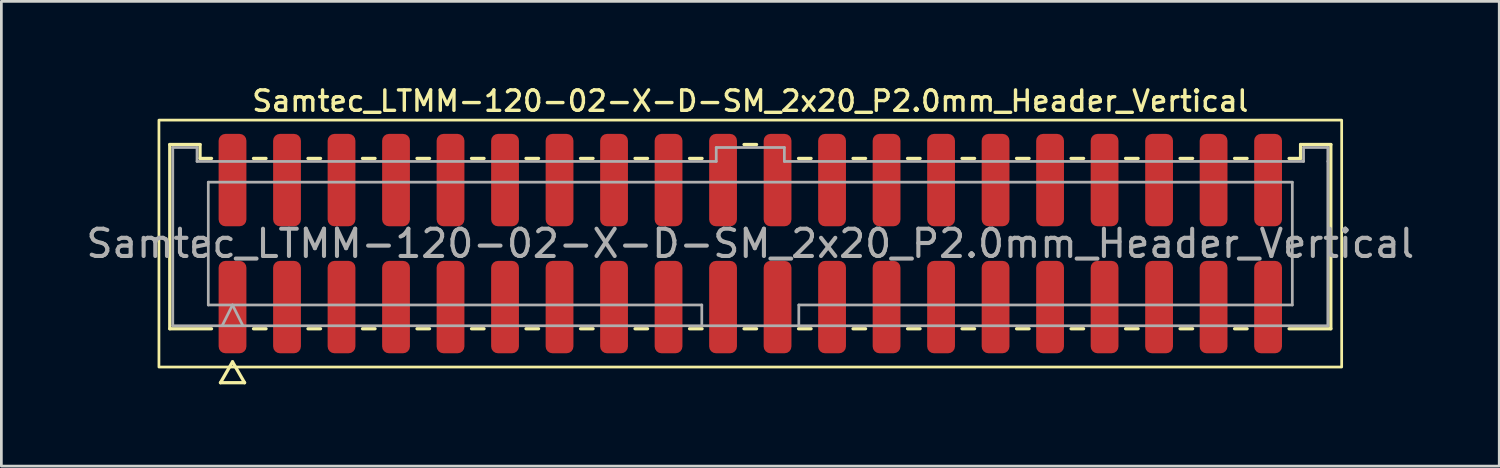
<source format=kicad_pcb>
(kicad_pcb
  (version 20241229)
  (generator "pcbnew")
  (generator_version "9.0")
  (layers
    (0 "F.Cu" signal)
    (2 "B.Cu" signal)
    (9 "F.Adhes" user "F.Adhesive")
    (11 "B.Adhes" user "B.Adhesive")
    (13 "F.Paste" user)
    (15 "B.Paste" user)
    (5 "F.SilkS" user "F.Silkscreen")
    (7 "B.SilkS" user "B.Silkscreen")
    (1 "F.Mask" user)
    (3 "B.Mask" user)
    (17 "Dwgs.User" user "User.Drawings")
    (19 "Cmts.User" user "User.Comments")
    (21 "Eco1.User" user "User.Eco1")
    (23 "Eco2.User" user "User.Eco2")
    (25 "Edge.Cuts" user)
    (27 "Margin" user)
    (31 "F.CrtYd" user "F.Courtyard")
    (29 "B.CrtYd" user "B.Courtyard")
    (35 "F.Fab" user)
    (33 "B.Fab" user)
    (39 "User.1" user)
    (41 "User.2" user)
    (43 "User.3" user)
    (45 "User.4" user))
  (footprint "Samtec_LTMM-120-02-X-D-SM_2x20_P2.0mm_Header_Vertical"
    (layer "F.Cu")
    (at 24.482 5.888)
    (property "Reference" "Samtec_LTMM-120-02-X-D-SM_2x20_P2.0mm_Header_Vertical" (at 0 -5.23 0) (layer "F.SilkS") (effects (font (size 0.75 0.75) (thickness 0.125))))
    (attr smd)
    (fp_line (start -21.302 -3.635) (end -20.192 -3.635) (stroke (width 0.12) (type solid)) (layer "F.SilkS"))
    (fp_line (start -21.302 3.125) (end -21.302 -3.635) (stroke (width 0.12) (type solid)) (layer "F.SilkS"))
    (fp_line (start -20.192 -3.635) (end -20.192 -3.125) (stroke (width 0.12) (type solid)) (layer "F.SilkS"))
    (fp_line (start -20.192 -3.125) (end -19.77 -3.125) (stroke (width 0.12) (type solid)) (layer "F.SilkS"))
    (fp_line (start -19.77 3.125) (end -21.302 3.125) (stroke (width 0.12) (type solid)) (layer "F.SilkS"))
    (fp_line (start -19.442 5.105) (end -19 4.34) (stroke (width 0.12) (type solid)) (layer "F.SilkS"))
    (fp_line (start -19 4.34) (end -18.558 5.105) (stroke (width 0.12) (type solid)) (layer "F.SilkS"))
    (fp_line (start -18.558 5.105) (end -19.442 5.105) (stroke (width 0.12) (type solid)) (layer "F.SilkS"))
    (fp_line (start -18.23 -3.125) (end -17.77 -3.125) (stroke (width 0.12) (type solid)) (layer "F.SilkS"))
    (fp_line (start -17.77 3.125) (end -18.23 3.125) (stroke (width 0.12) (type solid)) (layer "F.SilkS"))
    (fp_line (start -16.23 -3.125) (end -15.77 -3.125) (stroke (width 0.12) (type solid)) (layer "F.SilkS"))
    (fp_line (start -15.77 3.125) (end -16.23 3.125) (stroke (width 0.12) (type solid)) (layer "F.SilkS"))
    (fp_line (start -14.23 -3.125) (end -13.77 -3.125) (stroke (width 0.12) (type solid)) (layer "F.SilkS"))
    (fp_line (start -13.77 3.125) (end -14.23 3.125) (stroke (width 0.12) (type solid)) (layer "F.SilkS"))
    (fp_line (start -12.23 -3.125) (end -11.77 -3.125) (stroke (width 0.12) (type solid)) (layer "F.SilkS"))
    (fp_line (start -11.77 3.125) (end -12.23 3.125) (stroke (width 0.12) (type solid)) (layer "F.SilkS"))
    (fp_line (start -10.23 -3.125) (end -9.77 -3.125) (stroke (width 0.12) (type solid)) (layer "F.SilkS"))
    (fp_line (start -9.77 3.125) (end -10.23 3.125) (stroke (width 0.12) (type solid)) (layer "F.SilkS"))
    (fp_line (start -8.23 -3.125) (end -7.77 -3.125) (stroke (width 0.12) (type solid)) (layer "F.SilkS"))
    (fp_line (start -7.77 3.125) (end -8.23 3.125) (stroke (width 0.12) (type solid)) (layer "F.SilkS"))
    (fp_line (start -6.23 -3.125) (end -5.77 -3.125) (stroke (width 0.12) (type solid)) (layer "F.SilkS"))
    (fp_line (start -5.77 3.125) (end -6.23 3.125) (stroke (width 0.12) (type solid)) (layer "F.SilkS"))
    (fp_line (start -4.23 -3.125) (end -3.77 -3.125) (stroke (width 0.12) (type solid)) (layer "F.SilkS"))
    (fp_line (start -3.77 3.125) (end -4.23 3.125) (stroke (width 0.12) (type solid)) (layer "F.SilkS"))
    (fp_line (start -2.23 -3.125) (end -1.77 -3.125) (stroke (width 0.12) (type solid)) (layer "F.SilkS"))
    (fp_line (start -1.77 3.125) (end -2.23 3.125) (stroke (width 0.12) (type solid)) (layer "F.SilkS"))
    (fp_line (start -0.23 -3.635) (end 0.23 -3.635) (stroke (width 0.12) (type solid)) (layer "F.SilkS"))
    (fp_line (start 0.23 3.125) (end -0.23 3.125) (stroke (width 0.12) (type solid)) (layer "F.SilkS"))
    (fp_line (start 1.77 -3.125) (end 2.23 -3.125) (stroke (width 0.12) (type solid)) (layer "F.SilkS"))
    (fp_line (start 2.23 3.125) (end 1.77 3.125) (stroke (width 0.12) (type solid)) (layer "F.SilkS"))
    (fp_line (start 3.77 -3.125) (end 4.23 -3.125) (stroke (width 0.12) (type solid)) (layer "F.SilkS"))
    (fp_line (start 4.23 3.125) (end 3.77 3.125) (stroke (width 0.12) (type solid)) (layer "F.SilkS"))
    (fp_line (start 5.77 -3.125) (end 6.23 -3.125) (stroke (width 0.12) (type solid)) (layer "F.SilkS"))
    (fp_line (start 6.23 3.125) (end 5.77 3.125) (stroke (width 0.12) (type solid)) (layer "F.SilkS"))
    (fp_line (start 7.77 -3.125) (end 8.23 -3.125) (stroke (width 0.12) (type solid)) (layer "F.SilkS"))
    (fp_line (start 8.23 3.125) (end 7.77 3.125) (stroke (width 0.12) (type solid)) (layer "F.SilkS"))
    (fp_line (start 9.77 -3.125) (end 10.23 -3.125) (stroke (width 0.12) (type solid)) (layer "F.SilkS"))
    (fp_line (start 10.23 3.125) (end 9.77 3.125) (stroke (width 0.12) (type solid)) (layer "F.SilkS"))
    (fp_line (start 11.77 -3.125) (end 12.23 -3.125) (stroke (width 0.12) (type solid)) (layer "F.SilkS"))
    (fp_line (start 12.23 3.125) (end 11.77 3.125) (stroke (width 0.12) (type solid)) (layer "F.SilkS"))
    (fp_line (start 13.77 -3.125) (end 14.23 -3.125) (stroke (width 0.12) (type solid)) (layer "F.SilkS"))
    (fp_line (start 14.23 3.125) (end 13.77 3.125) (stroke (width 0.12) (type solid)) (layer "F.SilkS"))
    (fp_line (start 15.77 -3.125) (end 16.23 -3.125) (stroke (width 0.12) (type solid)) (layer "F.SilkS"))
    (fp_line (start 16.23 3.125) (end 15.77 3.125) (stroke (width 0.12) (type solid)) (layer "F.SilkS"))
    (fp_line (start 17.77 -3.125) (end 18.23 -3.125) (stroke (width 0.12) (type solid)) (layer "F.SilkS"))
    (fp_line (start 18.23 3.125) (end 17.77 3.125) (stroke (width 0.12) (type solid)) (layer "F.SilkS"))
    (fp_line (start 19.77 -3.125) (end 20.192 -3.125) (stroke (width 0.12) (type solid)) (layer "F.SilkS"))
    (fp_line (start 20.192 -3.635) (end 21.302 -3.635) (stroke (width 0.12) (type solid)) (layer "F.SilkS"))
    (fp_line (start 20.192 -3.125) (end 20.192 -3.635) (stroke (width 0.12) (type solid)) (layer "F.SilkS"))
    (fp_line (start 21.302 -3.635) (end 21.302 3.125) (stroke (width 0.12) (type solid)) (layer "F.SilkS"))
    (fp_line (start 21.302 3.125) (end 19.77 3.125) (stroke (width 0.12) (type solid)) (layer "F.SilkS"))
    (fp_rect (start -21.7 -4.53) (end 21.7 4.53) (stroke (width 0.1) (type solid)) (fill no) (layer "F.SilkS"))
    (fp_line (start -21.192 -3.525) (end -20.302 -3.525) (stroke (width 0.1) (type solid)) (layer "F.Fab"))
    (fp_line (start -21.192 3.015) (end -21.192 -3.525) (stroke (width 0.1) (type solid)) (layer "F.Fab"))
    (fp_line (start -20.302 -3.525) (end -20.302 -3.015) (stroke (width 0.1) (type solid)) (layer "F.Fab"))
    (fp_line (start -20.302 -3.015) (end -1.25 -3.015) (stroke (width 0.1) (type solid)) (layer "F.Fab"))
    (fp_line (start -19.889 -2.253) (end 19.889 -2.253) (stroke (width 0.1) (type solid)) (layer "F.Fab"))
    (fp_line (start -19.889 2.253) (end -19.889 -2.253) (stroke (width 0.1) (type solid)) (layer "F.Fab"))
    (fp_line (start -19.381 3.015) (end -19 2.253) (stroke (width 0.1) (type solid)) (layer "F.Fab"))
    (fp_line (start -19 2.253) (end -18.619 3.015) (stroke (width 0.1) (type solid)) (layer "F.Fab"))
    (fp_line (start -1.78 2.253) (end -19.889 2.253) (stroke (width 0.1) (type solid)) (layer "F.Fab"))
    (fp_line (start -1.78 3.015) (end -1.78 2.253) (stroke (width 0.1) (type solid)) (layer "F.Fab"))
    (fp_line (start -1.25 -3.525) (end 1.25 -3.525) (stroke (width 0.1) (type solid)) (layer "F.Fab"))
    (fp_line (start -1.25 -3.015) (end -1.25 -3.525) (stroke (width 0.1) (type solid)) (layer "F.Fab"))
    (fp_line (start 1.25 -3.525) (end 1.25 -3.015) (stroke (width 0.1) (type solid)) (layer "F.Fab"))
    (fp_line (start 1.25 -3.015) (end 20.302 -3.015) (stroke (width 0.1) (type solid)) (layer "F.Fab"))
    (fp_line (start 1.78 2.253) (end 1.78 3.015) (stroke (width 0.1) (type solid)) (layer "F.Fab"))
    (fp_line (start 19.889 -2.253) (end 19.889 2.253) (stroke (width 0.1) (type solid)) (layer "F.Fab"))
    (fp_line (start 19.889 2.253) (end 1.78 2.253) (stroke (width 0.1) (type solid)) (layer "F.Fab"))
    (fp_line (start 20.302 -3.525) (end 21.192 -3.525) (stroke (width 0.1) (type solid)) (layer "F.Fab"))
    (fp_line (start 20.302 -3.015) (end 20.302 -3.525) (stroke (width 0.1) (type solid)) (layer "F.Fab"))
    (fp_line (start 21.192 -3.525) (end 21.192 -3.015) (stroke (width 0.1) (type solid)) (layer "F.Fab"))
    (fp_line (start 21.192 -3.015) (end 21.192 3.015) (stroke (width 0.1) (type solid)) (layer "F.Fab"))
    (fp_line (start 21.192 3.015) (end -21.192 3.015) (stroke (width 0.1) (type solid)) (layer "F.Fab"))
    (fp_text user "${REFERENCE}" (at 0 0 0) (layer "F.Fab") (effects (font (size 1 1) (thickness 0.15))))
    (pad "1" smd roundrect (at -19 2.33) (size 1.02 3.39) (layers "F.Cu" "F.Mask" "F.Paste") (roundrect_rratio 0.245))
    (pad "2" smd roundrect (at -19 -2.33) (size 1.02 3.39) (layers "F.Cu" "F.Mask" "F.Paste") (roundrect_rratio 0.245))
    (pad "3" smd roundrect (at -17 2.33) (size 1.02 3.39) (layers "F.Cu" "F.Mask" "F.Paste") (roundrect_rratio 0.245))
    (pad "4" smd roundrect (at -17 -2.33) (size 1.02 3.39) (layers "F.Cu" "F.Mask" "F.Paste") (roundrect_rratio 0.245))
    (pad "5" smd roundrect (at -15 2.33) (size 1.02 3.39) (layers "F.Cu" "F.Mask" "F.Paste") (roundrect_rratio 0.245))
    (pad "6" smd roundrect (at -15 -2.33) (size 1.02 3.39) (layers "F.Cu" "F.Mask" "F.Paste") (roundrect_rratio 0.245))
    (pad "7" smd roundrect (at -13 2.33) (size 1.02 3.39) (layers "F.Cu" "F.Mask" "F.Paste") (roundrect_rratio 0.245))
    (pad "8" smd roundrect (at -13 -2.33) (size 1.02 3.39) (layers "F.Cu" "F.Mask" "F.Paste") (roundrect_rratio 0.245))
    (pad "9" smd roundrect (at -11 2.33) (size 1.02 3.39) (layers "F.Cu" "F.Mask" "F.Paste") (roundrect_rratio 0.245))
    (pad "10" smd roundrect (at -11 -2.33) (size 1.02 3.39) (layers "F.Cu" "F.Mask" "F.Paste") (roundrect_rratio 0.245))
    (pad "11" smd roundrect (at -9 2.33) (size 1.02 3.39) (layers "F.Cu" "F.Mask" "F.Paste") (roundrect_rratio 0.245))
    (pad "12" smd roundrect (at -9 -2.33) (size 1.02 3.39) (layers "F.Cu" "F.Mask" "F.Paste") (roundrect_rratio 0.245))
    (pad "13" smd roundrect (at -7 2.33) (size 1.02 3.39) (layers "F.Cu" "F.Mask" "F.Paste") (roundrect_rratio 0.245))
    (pad "14" smd roundrect (at -7 -2.33) (size 1.02 3.39) (layers "F.Cu" "F.Mask" "F.Paste") (roundrect_rratio 0.245))
    (pad "15" smd roundrect (at -5 2.33) (size 1.02 3.39) (layers "F.Cu" "F.Mask" "F.Paste") (roundrect_rratio 0.245))
    (pad "16" smd roundrect (at -5 -2.33) (size 1.02 3.39) (layers "F.Cu" "F.Mask" "F.Paste") (roundrect_rratio 0.245))
    (pad "17" smd roundrect (at -3 2.33) (size 1.02 3.39) (layers "F.Cu" "F.Mask" "F.Paste") (roundrect_rratio 0.245))
    (pad "18" smd roundrect (at -3 -2.33) (size 1.02 3.39) (layers "F.Cu" "F.Mask" "F.Paste") (roundrect_rratio 0.245))
    (pad "19" smd roundrect (at -1 2.33) (size 1.02 3.39) (layers "F.Cu" "F.Mask" "F.Paste") (roundrect_rratio 0.245))
    (pad "20" smd roundrect (at -1 -2.33) (size 1.02 3.39) (layers "F.Cu" "F.Mask" "F.Paste") (roundrect_rratio 0.245))
    (pad "21" smd roundrect (at 1 2.33) (size 1.02 3.39) (layers "F.Cu" "F.Mask" "F.Paste") (roundrect_rratio 0.245))
    (pad "22" smd roundrect (at 1 -2.33) (size 1.02 3.39) (layers "F.Cu" "F.Mask" "F.Paste") (roundrect_rratio 0.245))
    (pad "23" smd roundrect (at 3 2.33) (size 1.02 3.39) (layers "F.Cu" "F.Mask" "F.Paste") (roundrect_rratio 0.245))
    (pad "24" smd roundrect (at 3 -2.33) (size 1.02 3.39) (layers "F.Cu" "F.Mask" "F.Paste") (roundrect_rratio 0.245))
    (pad "25" smd roundrect (at 5 2.33) (size 1.02 3.39) (layers "F.Cu" "F.Mask" "F.Paste") (roundrect_rratio 0.245))
    (pad "26" smd roundrect (at 5 -2.33) (size 1.02 3.39) (layers "F.Cu" "F.Mask" "F.Paste") (roundrect_rratio 0.245))
    (pad "27" smd roundrect (at 7 2.33) (size 1.02 3.39) (layers "F.Cu" "F.Mask" "F.Paste") (roundrect_rratio 0.245))
    (pad "28" smd roundrect (at 7 -2.33) (size 1.02 3.39) (layers "F.Cu" "F.Mask" "F.Paste") (roundrect_rratio 0.245))
    (pad "29" smd roundrect (at 9 2.33) (size 1.02 3.39) (layers "F.Cu" "F.Mask" "F.Paste") (roundrect_rratio 0.245))
    (pad "30" smd roundrect (at 9 -2.33) (size 1.02 3.39) (layers "F.Cu" "F.Mask" "F.Paste") (roundrect_rratio 0.245))
    (pad "31" smd roundrect (at 11 2.33) (size 1.02 3.39) (layers "F.Cu" "F.Mask" "F.Paste") (roundrect_rratio 0.245))
    (pad "32" smd roundrect (at 11 -2.33) (size 1.02 3.39) (layers "F.Cu" "F.Mask" "F.Paste") (roundrect_rratio 0.245))
    (pad "33" smd roundrect (at 13 2.33) (size 1.02 3.39) (layers "F.Cu" "F.Mask" "F.Paste") (roundrect_rratio 0.245))
    (pad "34" smd roundrect (at 13 -2.33) (size 1.02 3.39) (layers "F.Cu" "F.Mask" "F.Paste") (roundrect_rratio 0.245))
    (pad "35" smd roundrect (at 15 2.33) (size 1.02 3.39) (layers "F.Cu" "F.Mask" "F.Paste") (roundrect_rratio 0.245))
    (pad "36" smd roundrect (at 15 -2.33) (size 1.02 3.39) (layers "F.Cu" "F.Mask" "F.Paste") (roundrect_rratio 0.245))
    (pad "37" smd roundrect (at 17 2.33) (size 1.02 3.39) (layers "F.Cu" "F.Mask" "F.Paste") (roundrect_rratio 0.245))
    (pad "38" smd roundrect (at 17 -2.33) (size 1.02 3.39) (layers "F.Cu" "F.Mask" "F.Paste") (roundrect_rratio 0.245))
    (pad "39" smd roundrect (at 19 2.33) (size 1.02 3.39) (layers "F.Cu" "F.Mask" "F.Paste") (roundrect_rratio 0.245))
    (pad "40" smd roundrect (at 19 -2.33) (size 1.02 3.39) (layers "F.Cu" "F.Mask" "F.Paste") (roundrect_rratio 0.245)))
  (gr_rect
    (start -3 -3)
    (end 51.964 14.053)
    (stroke (width 0.1) (type default))
    (fill no)
    (layer "Edge.Cuts")))
</source>
